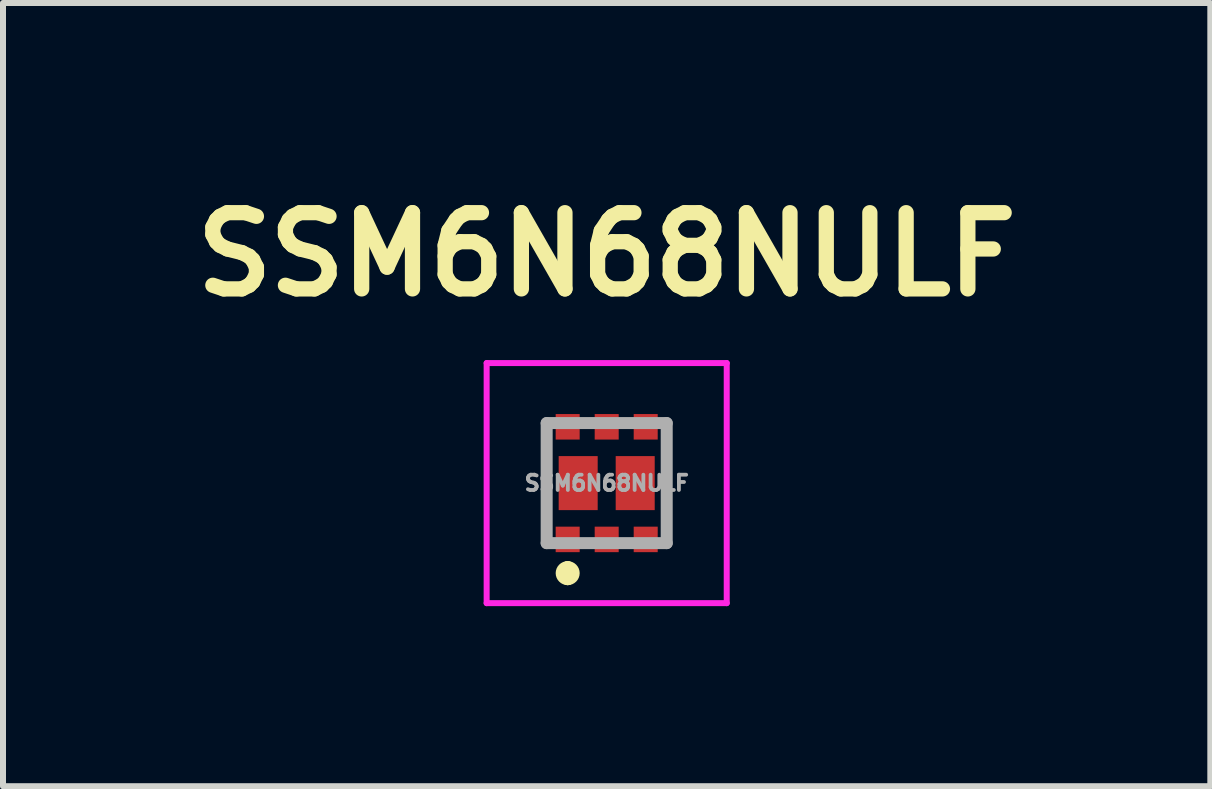
<source format=kicad_pcb>
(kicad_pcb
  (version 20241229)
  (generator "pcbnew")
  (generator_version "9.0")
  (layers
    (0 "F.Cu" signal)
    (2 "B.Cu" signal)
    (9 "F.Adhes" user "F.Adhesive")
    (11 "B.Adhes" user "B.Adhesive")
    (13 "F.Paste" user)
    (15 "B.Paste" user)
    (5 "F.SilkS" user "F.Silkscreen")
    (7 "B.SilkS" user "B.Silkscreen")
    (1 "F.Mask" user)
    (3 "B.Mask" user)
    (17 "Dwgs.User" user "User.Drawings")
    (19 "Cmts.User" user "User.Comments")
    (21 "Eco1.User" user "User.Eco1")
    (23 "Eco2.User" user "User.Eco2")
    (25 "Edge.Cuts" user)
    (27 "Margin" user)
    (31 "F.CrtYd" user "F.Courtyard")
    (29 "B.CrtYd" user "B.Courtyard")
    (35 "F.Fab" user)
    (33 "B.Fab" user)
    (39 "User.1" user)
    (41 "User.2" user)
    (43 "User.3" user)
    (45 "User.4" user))
  (footprint "SSM6N68NULF"
    (layer "F.Cu")
    (at 7.058 4.999)
    (property "Reference" "SSM6N68NULF" (at 0 -3.81 0) (layer "F.SilkS") (effects (font (size 1.27 1.27) (thickness 0.254))))
    (attr smd)
    (fp_line (start -1 -1) (end -1 1) (stroke (width 0.1) (type solid)) (layer "F.SilkS"))
    (fp_line (start -0.65 1.4) (end -0.65 1.4) (stroke (width 0.2) (type solid)) (layer "F.SilkS"))
    (fp_line (start -0.65 1.6) (end -0.65 1.6) (stroke (width 0.2) (type solid)) (layer "F.SilkS"))
    (fp_line (start 1 -1) (end 1 1) (stroke (width 0.1) (type solid)) (layer "F.SilkS"))
    (fp_arc (start -0.65 1.4) (mid -0.55 1.5) (end -0.65 1.6) (stroke (width 0.2) (type solid)) (layer "F.SilkS"))
    (fp_arc (start -0.65 1.6) (mid -0.75 1.5) (end -0.65 1.4) (stroke (width 0.2) (type solid)) (layer "F.SilkS"))
    (fp_line (start -2 -2) (end 2 -2) (stroke (width 0.1) (type solid)) (layer "F.CrtYd"))
    (fp_line (start -2 2) (end -2 -2) (stroke (width 0.1) (type solid)) (layer "F.CrtYd"))
    (fp_line (start 2 -2) (end 2 2) (stroke (width 0.1) (type solid)) (layer "F.CrtYd"))
    (fp_line (start 2 2) (end -2 2) (stroke (width 0.1) (type solid)) (layer "F.CrtYd"))
    (fp_line (start -1 -1) (end 1 -1) (stroke (width 0.2) (type solid)) (layer "F.Fab"))
    (fp_line (start -1 1) (end -1 -1) (stroke (width 0.2) (type solid)) (layer "F.Fab"))
    (fp_line (start 1 -1) (end 1 1) (stroke (width 0.2) (type solid)) (layer "F.Fab"))
    (fp_line (start 1 1) (end -1 1) (stroke (width 0.2) (type solid)) (layer "F.Fab"))
    (fp_text user "${REFERENCE}" (at 0 0 0) (layer "F.Fab") (effects (font (size 0.254 0.254) (thickness 0.064))))
    (pad "1" smd rect (at -0.65 0.938) (size 0.4 0.425) (layers "F.Cu" "F.Mask" "F.Paste"))
    (pad "2" smd rect (at 0 0.938) (size 0.4 0.425) (layers "F.Cu" "F.Mask" "F.Paste"))
    (pad "3" smd rect (at 0.65 0.938) (size 0.4 0.425) (layers "F.Cu" "F.Mask" "F.Paste"))
    (pad "4" smd rect (at 0.65 -0.938) (size 0.4 0.425) (layers "F.Cu" "F.Mask" "F.Paste"))
    (pad "5" smd rect (at 0 -0.938) (size 0.4 0.425) (layers "F.Cu" "F.Mask" "F.Paste"))
    (pad "6" smd rect (at -0.65 -0.938) (size 0.4 0.425) (layers "F.Cu" "F.Mask" "F.Paste"))
    (pad "7" smd rect (at 0.475 0) (size 0.65 0.9) (layers "F.Cu" "F.Mask" "F.Paste"))
    (pad "8" smd rect (at -0.475 0) (size 0.65 0.9) (layers "F.Cu" "F.Mask" "F.Paste")))
  (gr_rect
    (start -3 -3)
    (end 17.115 10.049)
    (stroke (width 0.1) (type default))
    (fill no)
    (layer "Edge.Cuts")))
</source>
